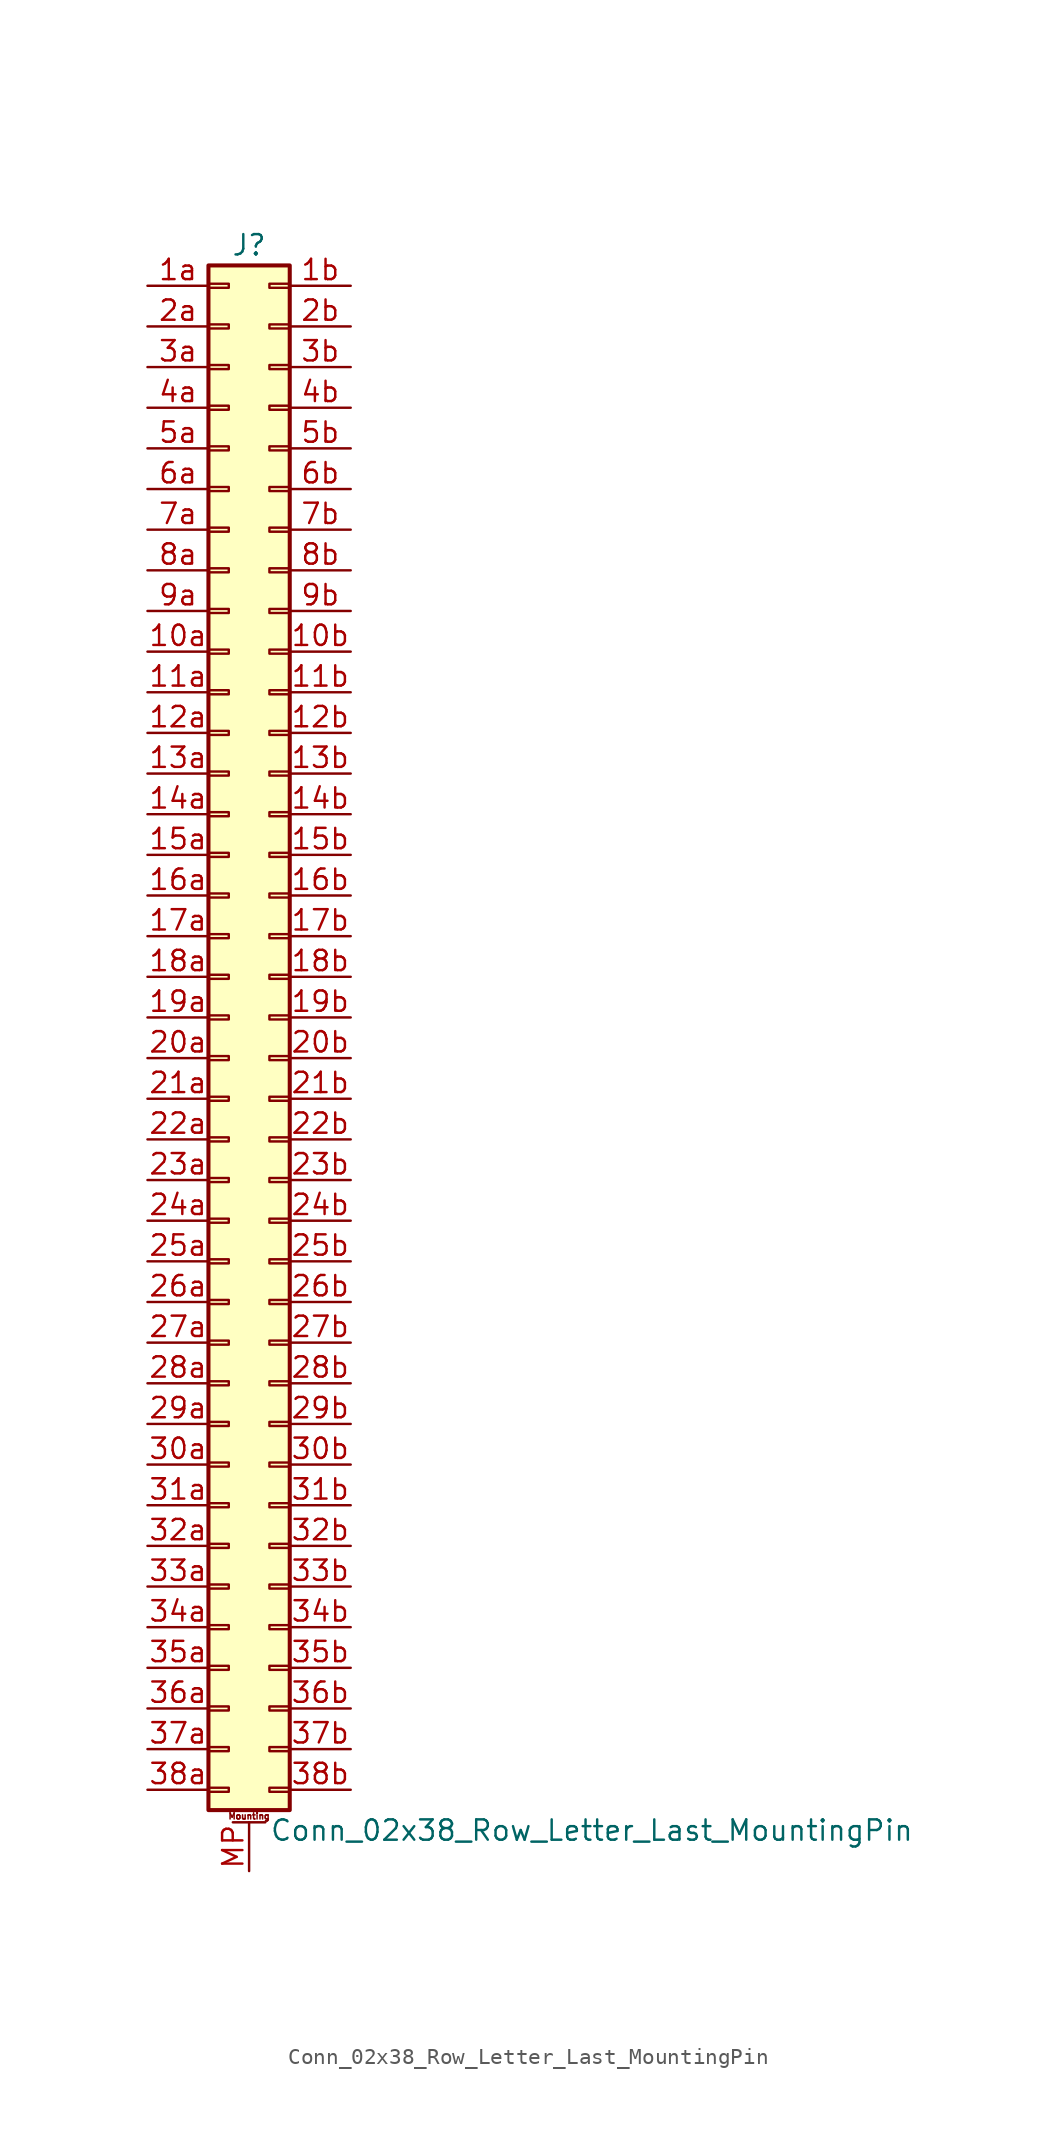
<source format=kicad_sym>
(kicad_symbol_lib
  (version 20220914)
  (generator kicad_symbol_editor)
  (symbol "Conn_02x38_Row_Letter_Last_MountingPin"
    (pin_names
      (offset 1.016) hide)
    (property "Reference" "J"
      (at 1.27 48.26 0)
      (effects (font (size 1.27 1.27))))
    (property "Value" "Conn_02x38_Row_Letter_Last_MountingPin"
      (at 2.54 -50.8 0)
      (effects (font (size 1.27 1.27)) (justify left)))
    (symbol "Conn_02x38_Row_Letter_Last_MountingPin_1_1"
      (rectangle (start -1.27 -48.133) (end 0 -48.387) (stroke (width 0.152) (type default)) (fill (type none)))
      (rectangle (start -1.27 -45.593) (end 0 -45.847) (stroke (width 0.152) (type default)) (fill (type none)))
      (rectangle (start -1.27 -43.053) (end 0 -43.307) (stroke (width 0.152) (type default)) (fill (type none)))
      (rectangle (start -1.27 -40.513) (end 0 -40.767) (stroke (width 0.152) (type default)) (fill (type none)))
      (rectangle (start -1.27 -37.973) (end 0 -38.227) (stroke (width 0.152) (type default)) (fill (type none)))
      (rectangle (start -1.27 -35.433) (end 0 -35.687) (stroke (width 0.152) (type default)) (fill (type none)))
      (rectangle (start -1.27 -32.893) (end 0 -33.147) (stroke (width 0.152) (type default)) (fill (type none)))
      (rectangle (start -1.27 -30.353) (end 0 -30.607) (stroke (width 0.152) (type default)) (fill (type none)))
      (rectangle (start -1.27 -27.813) (end 0 -28.067) (stroke (width 0.152) (type default)) (fill (type none)))
      (rectangle (start -1.27 -25.273) (end 0 -25.527) (stroke (width 0.152) (type default)) (fill (type none)))
      (rectangle (start -1.27 -22.733) (end 0 -22.987) (stroke (width 0.152) (type default)) (fill (type none)))
      (rectangle (start -1.27 -20.193) (end 0 -20.447) (stroke (width 0.152) (type default)) (fill (type none)))
      (rectangle (start -1.27 -17.653) (end 0 -17.907) (stroke (width 0.152) (type default)) (fill (type none)))
      (rectangle (start -1.27 -15.113) (end 0 -15.367) (stroke (width 0.152) (type default)) (fill (type none)))
      (rectangle (start -1.27 -12.573) (end 0 -12.827) (stroke (width 0.152) (type default)) (fill (type none)))
      (rectangle (start -1.27 -10.033) (end 0 -10.287) (stroke (width 0.152) (type default)) (fill (type none)))
      (rectangle (start -1.27 -7.493) (end 0 -7.747) (stroke (width 0.152) (type default)) (fill (type none)))
      (rectangle (start -1.27 -4.953) (end 0 -5.207) (stroke (width 0.152) (type default)) (fill (type none)))
      (rectangle (start -1.27 -2.413) (end 0 -2.667) (stroke (width 0.152) (type default)) (fill (type none)))
      (rectangle (start -1.27 0.127) (end 0 -0.127) (stroke (width 0.152) (type default)) (fill (type none)))
      (rectangle (start -1.27 2.667) (end 0 2.413) (stroke (width 0.152) (type default)) (fill (type none)))
      (rectangle (start -1.27 5.207) (end 0 4.953) (stroke (width 0.152) (type default)) (fill (type none)))
      (rectangle (start -1.27 7.747) (end 0 7.493) (stroke (width 0.152) (type default)) (fill (type none)))
      (rectangle (start -1.27 10.287) (end 0 10.033) (stroke (width 0.152) (type default)) (fill (type none)))
      (rectangle (start -1.27 12.827) (end 0 12.573) (stroke (width 0.152) (type default)) (fill (type none)))
      (rectangle (start -1.27 15.367) (end 0 15.113) (stroke (width 0.152) (type default)) (fill (type none)))
      (rectangle (start -1.27 17.907) (end 0 17.653) (stroke (width 0.152) (type default)) (fill (type none)))
      (rectangle (start -1.27 20.447) (end 0 20.193) (stroke (width 0.152) (type default)) (fill (type none)))
      (rectangle (start -1.27 22.987) (end 0 22.733) (stroke (width 0.152) (type default)) (fill (type none)))
      (rectangle (start -1.27 25.527) (end 0 25.273) (stroke (width 0.152) (type default)) (fill (type none)))
      (rectangle (start -1.27 28.067) (end 0 27.813) (stroke (width 0.152) (type default)) (fill (type none)))
      (rectangle (start -1.27 30.607) (end 0 30.353) (stroke (width 0.152) (type default)) (fill (type none)))
      (rectangle (start -1.27 33.147) (end 0 32.893) (stroke (width 0.152) (type default)) (fill (type none)))
      (rectangle (start -1.27 35.687) (end 0 35.433) (stroke (width 0.152) (type default)) (fill (type none)))
      (rectangle (start -1.27 38.227) (end 0 37.973) (stroke (width 0.152) (type default)) (fill (type none)))
      (rectangle (start -1.27 40.767) (end 0 40.513) (stroke (width 0.152) (type default)) (fill (type none)))
      (rectangle (start -1.27 43.307) (end 0 43.053) (stroke (width 0.152) (type default)) (fill (type none)))
      (rectangle (start -1.27 45.847) (end 0 45.593) (stroke (width 0.152) (type default)) (fill (type none)))
      (rectangle (start -1.27 46.99) (end 3.81 -49.53) (stroke (width 0.254) (type default)) (fill (type background)))
      (polyline (pts (xy 0.254 -50.292) (xy 2.286 -50.292)) (stroke (width 0.152) (type default)) (fill (type none)))
      (rectangle (start 3.81 -48.133) (end 2.54 -48.387) (stroke (width 0.152) (type default)) (fill (type none)))
      (rectangle (start 3.81 -45.593) (end 2.54 -45.847) (stroke (width 0.152) (type default)) (fill (type none)))
      (rectangle (start 3.81 -43.053) (end 2.54 -43.307) (stroke (width 0.152) (type default)) (fill (type none)))
      (rectangle (start 3.81 -40.513) (end 2.54 -40.767) (stroke (width 0.152) (type default)) (fill (type none)))
      (rectangle (start 3.81 -37.973) (end 2.54 -38.227) (stroke (width 0.152) (type default)) (fill (type none)))
      (rectangle (start 3.81 -35.433) (end 2.54 -35.687) (stroke (width 0.152) (type default)) (fill (type none)))
      (rectangle (start 3.81 -32.893) (end 2.54 -33.147) (stroke (width 0.152) (type default)) (fill (type none)))
      (rectangle (start 3.81 -30.353) (end 2.54 -30.607) (stroke (width 0.152) (type default)) (fill (type none)))
      (rectangle (start 3.81 -27.813) (end 2.54 -28.067) (stroke (width 0.152) (type default)) (fill (type none)))
      (rectangle (start 3.81 -25.273) (end 2.54 -25.527) (stroke (width 0.152) (type default)) (fill (type none)))
      (rectangle (start 3.81 -22.733) (end 2.54 -22.987) (stroke (width 0.152) (type default)) (fill (type none)))
      (rectangle (start 3.81 -20.193) (end 2.54 -20.447) (stroke (width 0.152) (type default)) (fill (type none)))
      (rectangle (start 3.81 -17.653) (end 2.54 -17.907) (stroke (width 0.152) (type default)) (fill (type none)))
      (rectangle (start 3.81 -15.113) (end 2.54 -15.367) (stroke (width 0.152) (type default)) (fill (type none)))
      (rectangle (start 3.81 -12.573) (end 2.54 -12.827) (stroke (width 0.152) (type default)) (fill (type none)))
      (rectangle (start 3.81 -10.033) (end 2.54 -10.287) (stroke (width 0.152) (type default)) (fill (type none)))
      (rectangle (start 3.81 -7.493) (end 2.54 -7.747) (stroke (width 0.152) (type default)) (fill (type none)))
      (rectangle (start 3.81 -4.953) (end 2.54 -5.207) (stroke (width 0.152) (type default)) (fill (type none)))
      (rectangle (start 3.81 -2.413) (end 2.54 -2.667) (stroke (width 0.152) (type default)) (fill (type none)))
      (rectangle (start 3.81 0.127) (end 2.54 -0.127) (stroke (width 0.152) (type default)) (fill (type none)))
      (rectangle (start 3.81 2.667) (end 2.54 2.413) (stroke (width 0.152) (type default)) (fill (type none)))
      (rectangle (start 3.81 5.207) (end 2.54 4.953) (stroke (width 0.152) (type default)) (fill (type none)))
      (rectangle (start 3.81 7.747) (end 2.54 7.493) (stroke (width 0.152) (type default)) (fill (type none)))
      (rectangle (start 3.81 10.287) (end 2.54 10.033) (stroke (width 0.152) (type default)) (fill (type none)))
      (rectangle (start 3.81 12.827) (end 2.54 12.573) (stroke (width 0.152) (type default)) (fill (type none)))
      (rectangle (start 3.81 15.367) (end 2.54 15.113) (stroke (width 0.152) (type default)) (fill (type none)))
      (rectangle (start 3.81 17.907) (end 2.54 17.653) (stroke (width 0.152) (type default)) (fill (type none)))
      (rectangle (start 3.81 20.447) (end 2.54 20.193) (stroke (width 0.152) (type default)) (fill (type none)))
      (rectangle (start 3.81 22.987) (end 2.54 22.733) (stroke (width 0.152) (type default)) (fill (type none)))
      (rectangle (start 3.81 25.527) (end 2.54 25.273) (stroke (width 0.152) (type default)) (fill (type none)))
      (rectangle (start 3.81 28.067) (end 2.54 27.813) (stroke (width 0.152) (type default)) (fill (type none)))
      (rectangle (start 3.81 30.607) (end 2.54 30.353) (stroke (width 0.152) (type default)) (fill (type none)))
      (rectangle (start 3.81 33.147) (end 2.54 32.893) (stroke (width 0.152) (type default)) (fill (type none)))
      (rectangle (start 3.81 35.687) (end 2.54 35.433) (stroke (width 0.152) (type default)) (fill (type none)))
      (rectangle (start 3.81 38.227) (end 2.54 37.973) (stroke (width 0.152) (type default)) (fill (type none)))
      (rectangle (start 3.81 40.767) (end 2.54 40.513) (stroke (width 0.152) (type default)) (fill (type none)))
      (rectangle (start 3.81 43.307) (end 2.54 43.053) (stroke (width 0.152) (type default)) (fill (type none)))
      (rectangle (start 3.81 45.847) (end 2.54 45.593) (stroke (width 0.152) (type default)) (fill (type none)))
      (text "Mounting" (at 1.27 -49.911 0) (effects (font (size 0.381 0.381))))
      (pin passive line (at -5.08 22.86 0) (length 3.81) (name "Pin_10a" (effects (font (size 1.27 1.27)))) (number "10a" (effects (font (size 1.27 1.27)))))
      (pin passive line (at 7.62 22.86 180) (length 3.81) (name "Pin_10b" (effects (font (size 1.27 1.27)))) (number "10b" (effects (font (size 1.27 1.27)))))
      (pin passive line (at -5.08 20.32 0) (length 3.81) (name "Pin_11a" (effects (font (size 1.27 1.27)))) (number "11a" (effects (font (size 1.27 1.27)))))
      (pin passive line (at 7.62 20.32 180) (length 3.81) (name "Pin_11b" (effects (font (size 1.27 1.27)))) (number "11b" (effects (font (size 1.27 1.27)))))
      (pin passive line (at -5.08 17.78 0) (length 3.81) (name "Pin_12a" (effects (font (size 1.27 1.27)))) (number "12a" (effects (font (size 1.27 1.27)))))
      (pin passive line (at 7.62 17.78 180) (length 3.81) (name "Pin_12b" (effects (font (size 1.27 1.27)))) (number "12b" (effects (font (size 1.27 1.27)))))
      (pin passive line (at -5.08 15.24 0) (length 3.81) (name "Pin_13a" (effects (font (size 1.27 1.27)))) (number "13a" (effects (font (size 1.27 1.27)))))
      (pin passive line (at 7.62 15.24 180) (length 3.81) (name "Pin_13b" (effects (font (size 1.27 1.27)))) (number "13b" (effects (font (size 1.27 1.27)))))
      (pin passive line (at -5.08 12.7 0) (length 3.81) (name "Pin_14a" (effects (font (size 1.27 1.27)))) (number "14a" (effects (font (size 1.27 1.27)))))
      (pin passive line (at 7.62 12.7 180) (length 3.81) (name "Pin_14b" (effects (font (size 1.27 1.27)))) (number "14b" (effects (font (size 1.27 1.27)))))
      (pin passive line (at -5.08 10.16 0) (length 3.81) (name "Pin_15a" (effects (font (size 1.27 1.27)))) (number "15a" (effects (font (size 1.27 1.27)))))
      (pin passive line (at 7.62 10.16 180) (length 3.81) (name "Pin_15b" (effects (font (size 1.27 1.27)))) (number "15b" (effects (font (size 1.27 1.27)))))
      (pin passive line (at -5.08 7.62 0) (length 3.81) (name "Pin_16a" (effects (font (size 1.27 1.27)))) (number "16a" (effects (font (size 1.27 1.27)))))
      (pin passive line (at 7.62 7.62 180) (length 3.81) (name "Pin_16b" (effects (font (size 1.27 1.27)))) (number "16b" (effects (font (size 1.27 1.27)))))
      (pin passive line (at -5.08 5.08 0) (length 3.81) (name "Pin_17a" (effects (font (size 1.27 1.27)))) (number "17a" (effects (font (size 1.27 1.27)))))
      (pin passive line (at 7.62 5.08 180) (length 3.81) (name "Pin_17b" (effects (font (size 1.27 1.27)))) (number "17b" (effects (font (size 1.27 1.27)))))
      (pin passive line (at -5.08 2.54 0) (length 3.81) (name "Pin_18a" (effects (font (size 1.27 1.27)))) (number "18a" (effects (font (size 1.27 1.27)))))
      (pin passive line (at 7.62 2.54 180) (length 3.81) (name "Pin_18b" (effects (font (size 1.27 1.27)))) (number "18b" (effects (font (size 1.27 1.27)))))
      (pin passive line (at -5.08 0 0) (length 3.81) (name "Pin_19a" (effects (font (size 1.27 1.27)))) (number "19a" (effects (font (size 1.27 1.27)))))
      (pin passive line (at 7.62 0 180) (length 3.81) (name "Pin_19b" (effects (font (size 1.27 1.27)))) (number "19b" (effects (font (size 1.27 1.27)))))
      (pin passive line (at -5.08 45.72 0) (length 3.81) (name "Pin_1a" (effects (font (size 1.27 1.27)))) (number "1a" (effects (font (size 1.27 1.27)))))
      (pin passive line (at 7.62 45.72 180) (length 3.81) (name "Pin_1b" (effects (font (size 1.27 1.27)))) (number "1b" (effects (font (size 1.27 1.27)))))
      (pin passive line (at -5.08 -2.54 0) (length 3.81) (name "Pin_20a" (effects (font (size 1.27 1.27)))) (number "20a" (effects (font (size 1.27 1.27)))))
      (pin passive line (at 7.62 -2.54 180) (length 3.81) (name "Pin_20b" (effects (font (size 1.27 1.27)))) (number "20b" (effects (font (size 1.27 1.27)))))
      (pin passive line (at -5.08 -5.08 0) (length 3.81) (name "Pin_21a" (effects (font (size 1.27 1.27)))) (number "21a" (effects (font (size 1.27 1.27)))))
      (pin passive line (at 7.62 -5.08 180) (length 3.81) (name "Pin_21b" (effects (font (size 1.27 1.27)))) (number "21b" (effects (font (size 1.27 1.27)))))
      (pin passive line (at -5.08 -7.62 0) (length 3.81) (name "Pin_22a" (effects (font (size 1.27 1.27)))) (number "22a" (effects (font (size 1.27 1.27)))))
      (pin passive line (at 7.62 -7.62 180) (length 3.81) (name "Pin_22b" (effects (font (size 1.27 1.27)))) (number "22b" (effects (font (size 1.27 1.27)))))
      (pin passive line (at -5.08 -10.16 0) (length 3.81) (name "Pin_23a" (effects (font (size 1.27 1.27)))) (number "23a" (effects (font (size 1.27 1.27)))))
      (pin passive line (at 7.62 -10.16 180) (length 3.81) (name "Pin_23b" (effects (font (size 1.27 1.27)))) (number "23b" (effects (font (size 1.27 1.27)))))
      (pin passive line (at -5.08 -12.7 0) (length 3.81) (name "Pin_24a" (effects (font (size 1.27 1.27)))) (number "24a" (effects (font (size 1.27 1.27)))))
      (pin passive line (at 7.62 -12.7 180) (length 3.81) (name "Pin_24b" (effects (font (size 1.27 1.27)))) (number "24b" (effects (font (size 1.27 1.27)))))
      (pin passive line (at -5.08 -15.24 0) (length 3.81) (name "Pin_25a" (effects (font (size 1.27 1.27)))) (number "25a" (effects (font (size 1.27 1.27)))))
      (pin passive line (at 7.62 -15.24 180) (length 3.81) (name "Pin_25b" (effects (font (size 1.27 1.27)))) (number "25b" (effects (font (size 1.27 1.27)))))
      (pin passive line (at -5.08 -17.78 0) (length 3.81) (name "Pin_26a" (effects (font (size 1.27 1.27)))) (number "26a" (effects (font (size 1.27 1.27)))))
      (pin passive line (at 7.62 -17.78 180) (length 3.81) (name "Pin_26b" (effects (font (size 1.27 1.27)))) (number "26b" (effects (font (size 1.27 1.27)))))
      (pin passive line (at -5.08 -20.32 0) (length 3.81) (name "Pin_27a" (effects (font (size 1.27 1.27)))) (number "27a" (effects (font (size 1.27 1.27)))))
      (pin passive line (at 7.62 -20.32 180) (length 3.81) (name "Pin_27b" (effects (font (size 1.27 1.27)))) (number "27b" (effects (font (size 1.27 1.27)))))
      (pin passive line (at -5.08 -22.86 0) (length 3.81) (name "Pin_28a" (effects (font (size 1.27 1.27)))) (number "28a" (effects (font (size 1.27 1.27)))))
      (pin passive line (at 7.62 -22.86 180) (length 3.81) (name "Pin_28b" (effects (font (size 1.27 1.27)))) (number "28b" (effects (font (size 1.27 1.27)))))
      (pin passive line (at -5.08 -25.4 0) (length 3.81) (name "Pin_29a" (effects (font (size 1.27 1.27)))) (number "29a" (effects (font (size 1.27 1.27)))))
      (pin passive line (at 7.62 -25.4 180) (length 3.81) (name "Pin_29b" (effects (font (size 1.27 1.27)))) (number "29b" (effects (font (size 1.27 1.27)))))
      (pin passive line (at -5.08 43.18 0) (length 3.81) (name "Pin_2a" (effects (font (size 1.27 1.27)))) (number "2a" (effects (font (size 1.27 1.27)))))
      (pin passive line (at 7.62 43.18 180) (length 3.81) (name "Pin_2b" (effects (font (size 1.27 1.27)))) (number "2b" (effects (font (size 1.27 1.27)))))
      (pin passive line (at -5.08 -27.94 0) (length 3.81) (name "Pin_30a" (effects (font (size 1.27 1.27)))) (number "30a" (effects (font (size 1.27 1.27)))))
      (pin passive line (at 7.62 -27.94 180) (length 3.81) (name "Pin_30b" (effects (font (size 1.27 1.27)))) (number "30b" (effects (font (size 1.27 1.27)))))
      (pin passive line (at -5.08 -30.48 0) (length 3.81) (name "Pin_31a" (effects (font (size 1.27 1.27)))) (number "31a" (effects (font (size 1.27 1.27)))))
      (pin passive line (at 7.62 -30.48 180) (length 3.81) (name "Pin_31b" (effects (font (size 1.27 1.27)))) (number "31b" (effects (font (size 1.27 1.27)))))
      (pin passive line (at -5.08 -33.02 0) (length 3.81) (name "Pin_32a" (effects (font (size 1.27 1.27)))) (number "32a" (effects (font (size 1.27 1.27)))))
      (pin passive line (at 7.62 -33.02 180) (length 3.81) (name "Pin_32b" (effects (font (size 1.27 1.27)))) (number "32b" (effects (font (size 1.27 1.27)))))
      (pin passive line (at -5.08 -35.56 0) (length 3.81) (name "Pin_33a" (effects (font (size 1.27 1.27)))) (number "33a" (effects (font (size 1.27 1.27)))))
      (pin passive line (at 7.62 -35.56 180) (length 3.81) (name "Pin_33b" (effects (font (size 1.27 1.27)))) (number "33b" (effects (font (size 1.27 1.27)))))
      (pin passive line (at -5.08 -38.1 0) (length 3.81) (name "Pin_34a" (effects (font (size 1.27 1.27)))) (number "34a" (effects (font (size 1.27 1.27)))))
      (pin passive line (at 7.62 -38.1 180) (length 3.81) (name "Pin_34b" (effects (font (size 1.27 1.27)))) (number "34b" (effects (font (size 1.27 1.27)))))
      (pin passive line (at -5.08 -40.64 0) (length 3.81) (name "Pin_35a" (effects (font (size 1.27 1.27)))) (number "35a" (effects (font (size 1.27 1.27)))))
      (pin passive line (at 7.62 -40.64 180) (length 3.81) (name "Pin_35b" (effects (font (size 1.27 1.27)))) (number "35b" (effects (font (size 1.27 1.27)))))
      (pin passive line (at -5.08 -43.18 0) (length 3.81) (name "Pin_36a" (effects (font (size 1.27 1.27)))) (number "36a" (effects (font (size 1.27 1.27)))))
      (pin passive line (at 7.62 -43.18 180) (length 3.81) (name "Pin_36b" (effects (font (size 1.27 1.27)))) (number "36b" (effects (font (size 1.27 1.27)))))
      (pin passive line (at -5.08 -45.72 0) (length 3.81) (name "Pin_37a" (effects (font (size 1.27 1.27)))) (number "37a" (effects (font (size 1.27 1.27)))))
      (pin passive line (at 7.62 -45.72 180) (length 3.81) (name "Pin_37b" (effects (font (size 1.27 1.27)))) (number "37b" (effects (font (size 1.27 1.27)))))
      (pin passive line (at -5.08 -48.26 0) (length 3.81) (name "Pin_38a" (effects (font (size 1.27 1.27)))) (number "38a" (effects (font (size 1.27 1.27)))))
      (pin passive line (at 7.62 -48.26 180) (length 3.81) (name "Pin_38b" (effects (font (size 1.27 1.27)))) (number "38b" (effects (font (size 1.27 1.27)))))
      (pin passive line (at -5.08 40.64 0) (length 3.81) (name "Pin_3a" (effects (font (size 1.27 1.27)))) (number "3a" (effects (font (size 1.27 1.27)))))
      (pin passive line (at 7.62 40.64 180) (length 3.81) (name "Pin_3b" (effects (font (size 1.27 1.27)))) (number "3b" (effects (font (size 1.27 1.27)))))
      (pin passive line (at -5.08 38.1 0) (length 3.81) (name "Pin_4a" (effects (font (size 1.27 1.27)))) (number "4a" (effects (font (size 1.27 1.27)))))
      (pin passive line (at 7.62 38.1 180) (length 3.81) (name "Pin_4b" (effects (font (size 1.27 1.27)))) (number "4b" (effects (font (size 1.27 1.27)))))
      (pin passive line (at -5.08 35.56 0) (length 3.81) (name "Pin_5a" (effects (font (size 1.27 1.27)))) (number "5a" (effects (font (size 1.27 1.27)))))
      (pin passive line (at 7.62 35.56 180) (length 3.81) (name "Pin_5b" (effects (font (size 1.27 1.27)))) (number "5b" (effects (font (size 1.27 1.27)))))
      (pin passive line (at -5.08 33.02 0) (length 3.81) (name "Pin_6a" (effects (font (size 1.27 1.27)))) (number "6a" (effects (font (size 1.27 1.27)))))
      (pin passive line (at 7.62 33.02 180) (length 3.81) (name "Pin_6b" (effects (font (size 1.27 1.27)))) (number "6b" (effects (font (size 1.27 1.27)))))
      (pin passive line (at -5.08 30.48 0) (length 3.81) (name "Pin_7a" (effects (font (size 1.27 1.27)))) (number "7a" (effects (font (size 1.27 1.27)))))
      (pin passive line (at 7.62 30.48 180) (length 3.81) (name "Pin_7b" (effects (font (size 1.27 1.27)))) (number "7b" (effects (font (size 1.27 1.27)))))
      (pin passive line (at -5.08 27.94 0) (length 3.81) (name "Pin_8a" (effects (font (size 1.27 1.27)))) (number "8a" (effects (font (size 1.27 1.27)))))
      (pin passive line (at 7.62 27.94 180) (length 3.81) (name "Pin_8b" (effects (font (size 1.27 1.27)))) (number "8b" (effects (font (size 1.27 1.27)))))
      (pin passive line (at -5.08 25.4 0) (length 3.81) (name "Pin_9a" (effects (font (size 1.27 1.27)))) (number "9a" (effects (font (size 1.27 1.27)))))
      (pin passive line (at 7.62 25.4 180) (length 3.81) (name "Pin_9b" (effects (font (size 1.27 1.27)))) (number "9b" (effects (font (size 1.27 1.27)))))
      (pin passive line (at 1.27 -53.34 90) (length 3.048) (name "MountPin" (effects (font (size 1.27 1.27)))) (number "MP" (effects (font (size 1.27 1.27))))))))
</source>
